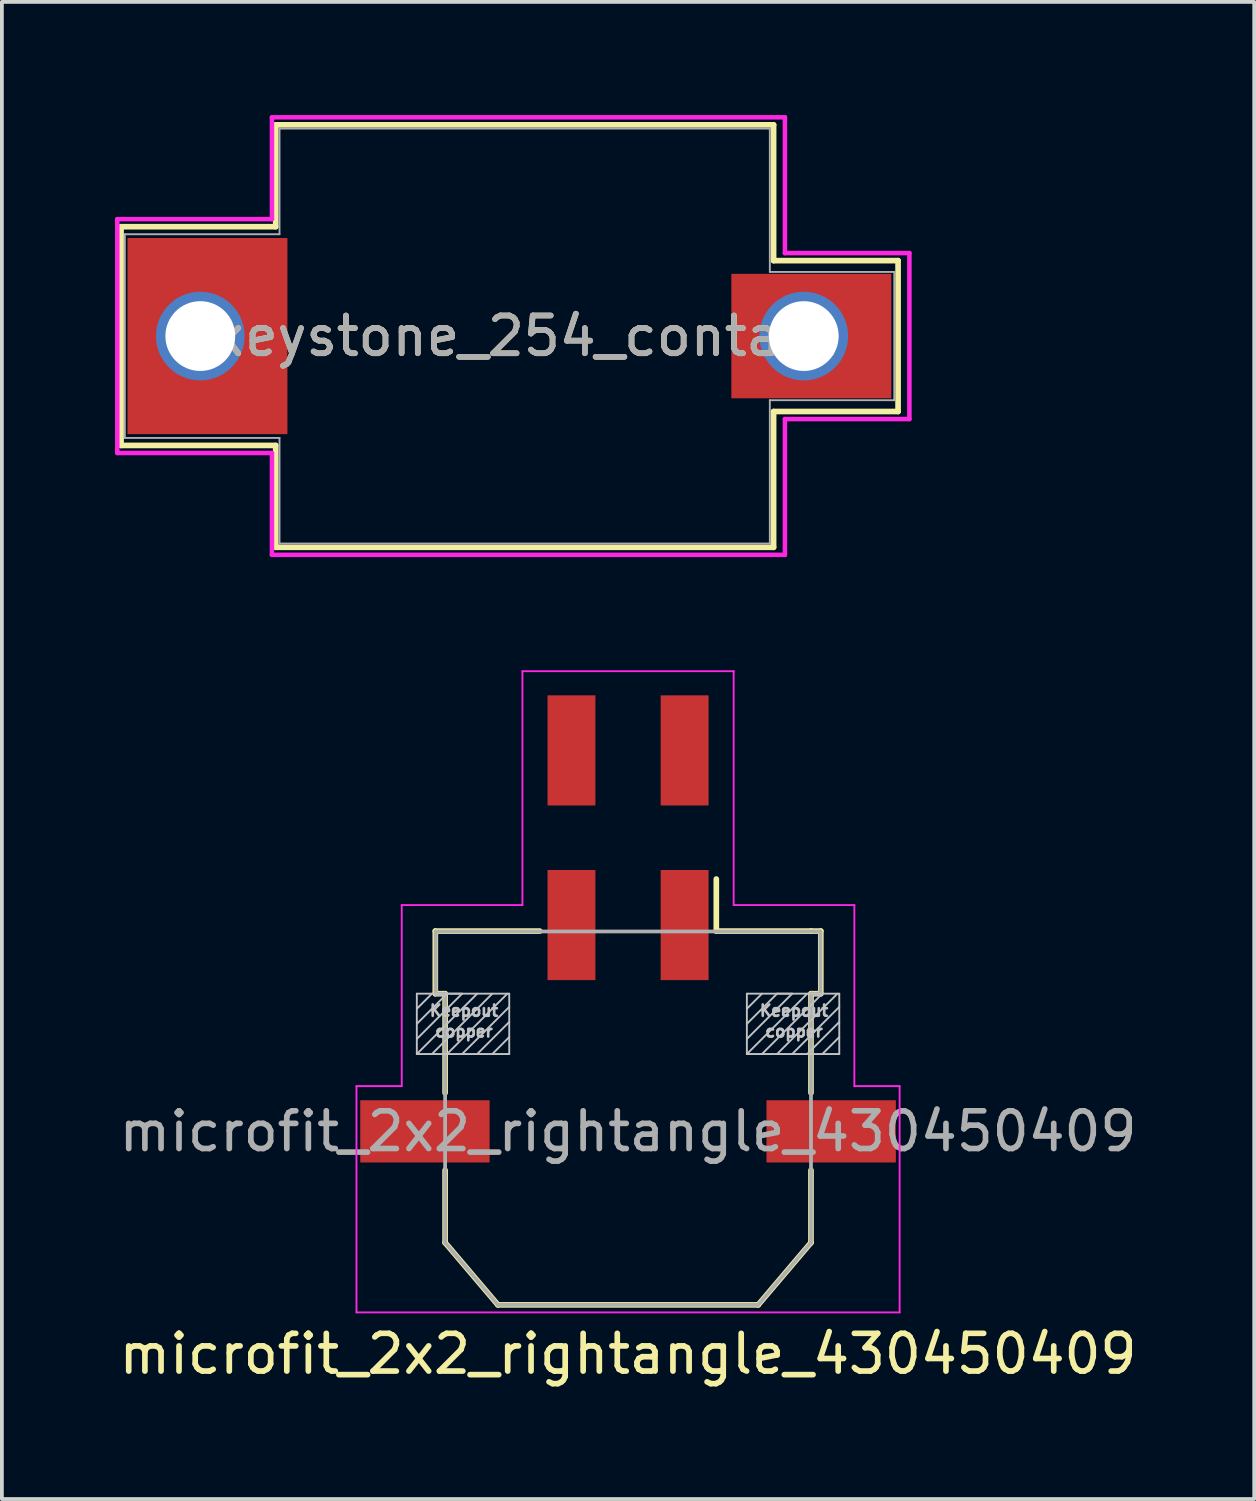
<source format=kicad_pcb>
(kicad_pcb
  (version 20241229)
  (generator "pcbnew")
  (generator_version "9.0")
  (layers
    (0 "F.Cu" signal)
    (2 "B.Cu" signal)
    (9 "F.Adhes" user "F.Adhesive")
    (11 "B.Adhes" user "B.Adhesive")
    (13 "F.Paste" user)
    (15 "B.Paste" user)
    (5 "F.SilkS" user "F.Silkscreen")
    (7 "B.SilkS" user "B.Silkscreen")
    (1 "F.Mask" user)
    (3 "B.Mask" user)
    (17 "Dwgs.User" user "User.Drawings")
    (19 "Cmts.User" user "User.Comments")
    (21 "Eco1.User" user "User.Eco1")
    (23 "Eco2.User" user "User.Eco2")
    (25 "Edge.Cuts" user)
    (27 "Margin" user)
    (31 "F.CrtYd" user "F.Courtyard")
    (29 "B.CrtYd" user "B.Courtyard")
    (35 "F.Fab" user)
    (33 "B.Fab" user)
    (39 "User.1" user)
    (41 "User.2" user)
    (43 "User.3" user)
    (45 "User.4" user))
  (footprint "microfit_2x2_rightangle_430450409"
    (layer "F.Cu")
    (at 13.601 26.945)
    (property "Reference" "microfit_2x2_rightangle_430450409" (at 0 5.9 180) (layer "F.SilkS") (effects (font (size 1 1) (thickness 0.15))))
    (attr smd)
    (fp_line (start -5.11 -5.31) (end -5.11 -3.65) (stroke (width 0.15) (type solid)) (layer "F.SilkS"))
    (fp_line (start -5.11 -5.31) (end -2.34 -5.31) (stroke (width 0.15) (type solid)) (layer "F.SilkS"))
    (fp_line (start -5.11 -3.65) (end -4.85 -3.65) (stroke (width 0.15) (type solid)) (layer "F.SilkS"))
    (fp_line (start -4.85 -3.65) (end -4.85 -1.02) (stroke (width 0.15) (type solid)) (layer "F.SilkS"))
    (fp_line (start -4.85 1.03) (end -4.85 2.95) (stroke (width 0.15) (type solid)) (layer "F.SilkS"))
    (fp_line (start -4.85 2.95) (end -3.45 4.6) (stroke (width 0.15) (type solid)) (layer "F.SilkS"))
    (fp_line (start -3.45 4.6) (end 3.45 4.6) (stroke (width 0.15) (type solid)) (layer "F.SilkS"))
    (fp_line (start 2.34 -6.69) (end 2.34 -5.31) (stroke (width 0.15) (type solid)) (layer "F.SilkS"))
    (fp_line (start 4.85 -5.31) (end 2.34 -5.31) (stroke (width 0.15) (type solid)) (layer "F.SilkS"))
    (fp_line (start 4.85 -3.65) (end 4.85 -1.02) (stroke (width 0.15) (type solid)) (layer "F.SilkS"))
    (fp_line (start 4.85 1.03) (end 4.85 2.95) (stroke (width 0.15) (type solid)) (layer "F.SilkS"))
    (fp_line (start 4.85 2.95) (end 3.45 4.6) (stroke (width 0.15) (type solid)) (layer "F.SilkS"))
    (fp_line (start 5.11 -5.31) (end 4.85 -5.31) (stroke (width 0.15) (type solid)) (layer "F.SilkS"))
    (fp_line (start 5.11 -3.65) (end 4.85 -3.65) (stroke (width 0.15) (type solid)) (layer "F.SilkS"))
    (fp_line (start 5.11 -3.65) (end 5.11 -5.31) (stroke (width 0.15) (type solid)) (layer "F.SilkS"))
    (fp_line (start -5.6 -3.65) (end -5.6 -2.05) (stroke (width 0.05) (type solid)) (layer "Dwgs.User"))
    (fp_line (start -5.6 -2.85) (end -4.8 -3.65) (stroke (width 0.05) (type solid)) (layer "Dwgs.User"))
    (fp_line (start -5.6 -2.05) (end -4 -3.65) (stroke (width 0.05) (type solid)) (layer "Dwgs.User"))
    (fp_line (start -5.6 -2.05) (end -3.15 -2.05) (stroke (width 0.05) (type solid)) (layer "Dwgs.User"))
    (fp_line (start -5.2 -3.65) (end -5.6 -3.25) (stroke (width 0.05) (type solid)) (layer "Dwgs.User"))
    (fp_line (start -5.2 -2.05) (end -3.6 -3.65) (stroke (width 0.05) (type solid)) (layer "Dwgs.User"))
    (fp_line (start -4.8 -3.65) (end -4.4 -3.65) (stroke (width 0.05) (type solid)) (layer "Dwgs.User"))
    (fp_line (start -4.8 -2.05) (end -3.2 -3.65) (stroke (width 0.05) (type solid)) (layer "Dwgs.User"))
    (fp_line (start -4.4 -3.65) (end -5.6 -2.45) (stroke (width 0.05) (type solid)) (layer "Dwgs.User"))
    (fp_line (start -4.4 -2.05) (end -3.15 -3.3) (stroke (width 0.05) (type solid)) (layer "Dwgs.User"))
    (fp_line (start -4 -2.05) (end -3.15 -2.9) (stroke (width 0.05) (type solid)) (layer "Dwgs.User"))
    (fp_line (start -3.6 -2.05) (end -3.15 -2.5) (stroke (width 0.05) (type solid)) (layer "Dwgs.User"))
    (fp_line (start -3.15 -3.65) (end -5.6 -3.65) (stroke (width 0.05) (type solid)) (layer "Dwgs.User"))
    (fp_line (start -3.15 -2.05) (end -3.15 -3.65) (stroke (width 0.05) (type solid)) (layer "Dwgs.User"))
    (fp_line (start 3.15 -3.65) (end 3.15 -2.05) (stroke (width 0.05) (type solid)) (layer "Dwgs.User"))
    (fp_line (start 3.15 -2.85) (end 3.95 -3.65) (stroke (width 0.05) (type solid)) (layer "Dwgs.User"))
    (fp_line (start 3.15 -2.05) (end 4.75 -3.65) (stroke (width 0.05) (type solid)) (layer "Dwgs.User"))
    (fp_line (start 3.15 -2.05) (end 5.6 -2.05) (stroke (width 0.05) (type solid)) (layer "Dwgs.User"))
    (fp_line (start 3.55 -3.65) (end 3.15 -3.25) (stroke (width 0.05) (type solid)) (layer "Dwgs.User"))
    (fp_line (start 3.55 -2.05) (end 5.15 -3.65) (stroke (width 0.05) (type solid)) (layer "Dwgs.User"))
    (fp_line (start 3.95 -3.65) (end 4.35 -3.65) (stroke (width 0.05) (type solid)) (layer "Dwgs.User"))
    (fp_line (start 3.95 -2.05) (end 5.55 -3.65) (stroke (width 0.05) (type solid)) (layer "Dwgs.User"))
    (fp_line (start 4.35 -3.65) (end 3.15 -2.45) (stroke (width 0.05) (type solid)) (layer "Dwgs.User"))
    (fp_line (start 4.35 -2.05) (end 5.6 -3.3) (stroke (width 0.05) (type solid)) (layer "Dwgs.User"))
    (fp_line (start 4.75 -2.05) (end 5.6 -2.9) (stroke (width 0.05) (type solid)) (layer "Dwgs.User"))
    (fp_line (start 5.15 -2.05) (end 5.6 -2.5) (stroke (width 0.05) (type solid)) (layer "Dwgs.User"))
    (fp_line (start 5.6 -3.65) (end 3.15 -3.65) (stroke (width 0.05) (type solid)) (layer "Dwgs.User"))
    (fp_line (start 5.6 -2.05) (end 5.6 -3.65) (stroke (width 0.05) (type solid)) (layer "Dwgs.User"))
    (fp_line (start -7.2 -1.2) (end -6 -1.2) (stroke (width 0.05) (type solid)) (layer "F.CrtYd"))
    (fp_line (start -7.2 4.8) (end -7.2 -1.2) (stroke (width 0.05) (type solid)) (layer "F.CrtYd"))
    (fp_line (start -6 -6) (end -6 -1.2) (stroke (width 0.05) (type solid)) (layer "F.CrtYd"))
    (fp_line (start -6 -6) (end -2.8 -6) (stroke (width 0.05) (type solid)) (layer "F.CrtYd"))
    (fp_line (start -2.8 -12.2) (end 2.8 -12.2) (stroke (width 0.05) (type solid)) (layer "F.CrtYd"))
    (fp_line (start -2.8 -6) (end -2.8 -12.2) (stroke (width 0.05) (type solid)) (layer "F.CrtYd"))
    (fp_line (start 2.8 -6) (end 2.8 -12.2) (stroke (width 0.05) (type solid)) (layer "F.CrtYd"))
    (fp_line (start 2.8 -6) (end 6 -6) (stroke (width 0.05) (type solid)) (layer "F.CrtYd"))
    (fp_line (start 6 -6) (end 6 -1.2) (stroke (width 0.05) (type solid)) (layer "F.CrtYd"))
    (fp_line (start 6 -1.2) (end 7.2 -1.2) (stroke (width 0.05) (type solid)) (layer "F.CrtYd"))
    (fp_line (start 7.2 4.8) (end -7.2 4.8) (stroke (width 0.05) (type solid)) (layer "F.CrtYd"))
    (fp_line (start 7.2 4.8) (end 7.2 -1.2) (stroke (width 0.05) (type solid)) (layer "F.CrtYd"))
    (fp_line (start -5.1 -5.3) (end -5.1 -3.65) (stroke (width 0.1) (type solid)) (layer "F.Fab"))
    (fp_line (start -5.1 -5.3) (end 5.1 -5.3) (stroke (width 0.1) (type solid)) (layer "F.Fab"))
    (fp_line (start -4.85 -3.65) (end -5.1 -3.65) (stroke (width 0.1) (type solid)) (layer "F.Fab"))
    (fp_line (start -4.85 2.95) (end -4.85 -3.65) (stroke (width 0.1) (type solid)) (layer "F.Fab"))
    (fp_line (start -3.45 4.6) (end -4.85 2.95) (stroke (width 0.1) (type solid)) (layer "F.Fab"))
    (fp_line (start 3.45 4.6) (end -3.45 4.6) (stroke (width 0.1) (type solid)) (layer "F.Fab"))
    (fp_line (start 3.45 4.6) (end 4.85 2.95) (stroke (width 0.1) (type solid)) (layer "F.Fab"))
    (fp_line (start 4.85 2.95) (end 4.85 -3.65) (stroke (width 0.1) (type solid)) (layer "F.Fab"))
    (fp_line (start 5.1 -5.3) (end 5.1 -3.65) (stroke (width 0.1) (type solid)) (layer "F.Fab"))
    (fp_line (start 5.1 -3.65) (end 4.85 -3.65) (stroke (width 0.1) (type solid)) (layer "F.Fab"))
    (fp_text user "Keepout" (at -4.35 -3.2 0) (layer "Dwgs.User") (effects (font (size 0.3 0.3) (thickness 0.07))))
    (fp_text user "copper" (at -4.35 -2.65 0) (layer "Dwgs.User") (effects (font (size 0.3 0.3) (thickness 0.07))))
    (fp_text user "Keepout" (at 4.4 -3.2 0) (layer "Dwgs.User") (effects (font (size 0.3 0.3) (thickness 0.07))))
    (fp_text user "copper" (at 4.4 -2.65 0) (layer "Dwgs.User") (effects (font (size 0.3 0.3) (thickness 0.07))))
    (fp_text user "${REFERENCE}" (at 0 0 0) (layer "F.Fab") (effects (font (size 1 1) (thickness 0.15))))
    (pad "1" smd rect (at 1.5 -5.47) (size 1.27 2.92) (layers "F.Cu" "F.Mask" "F.Paste"))
    (pad "2" smd rect (at -1.5 -5.47) (size 1.27 2.92) (layers "F.Cu" "F.Mask" "F.Paste"))
    (pad "3" smd rect (at 1.5 -10.1) (size 1.27 2.92) (layers "F.Cu" "F.Mask" "F.Paste"))
    (pad "4" smd rect (at -1.5 -10.1) (size 1.27 2.92) (layers "F.Cu" "F.Mask" "F.Paste"))
    (pad "MP" smd rect (at -5.385 0) (size 3.43 1.65) (layers "F.Cu" "F.Mask" "F.Paste"))
    (pad "MP" smd rect (at 5.385 0) (size 3.43 1.65) (layers "F.Cu" "F.Mask" "F.Paste")))
  (footprint "keystone_254_contact"
    (layer "F.Cu")
    (at 2.26 5.86)
    (property "Reference" "keystone_254_contact" (at 8.6 0 0) (layer "F.SilkS") (effects (font (size 1 1) (thickness 0.15))))
    (attr smd)
    (fp_line (start -2.1 -2.9) (end -2.1 2.9) (stroke (width 0.15) (type solid)) (layer "F.SilkS"))
    (fp_line (start 2 -5.6) (end 2 -2.9) (stroke (width 0.15) (type solid)) (layer "F.SilkS"))
    (fp_line (start 2 -5.6) (end 15.2 -5.6) (stroke (width 0.15) (type solid)) (layer "F.SilkS"))
    (fp_line (start 2 -2.9) (end -2.1 -2.9) (stroke (width 0.15) (type solid)) (layer "F.SilkS"))
    (fp_line (start 2 2.9) (end -2.1 2.9) (stroke (width 0.15) (type solid)) (layer "F.SilkS"))
    (fp_line (start 2 2.9) (end 2 5.6) (stroke (width 0.15) (type solid)) (layer "F.SilkS"))
    (fp_line (start 2 5.6) (end 15.2 5.6) (stroke (width 0.15) (type solid)) (layer "F.SilkS"))
    (fp_line (start 15.2 -5.6) (end 15.2 -2) (stroke (width 0.15) (type solid)) (layer "F.SilkS"))
    (fp_line (start 15.2 5.6) (end 15.2 2) (stroke (width 0.15) (type solid)) (layer "F.SilkS"))
    (fp_line (start 18.5 -2) (end 15.2 -2) (stroke (width 0.15) (type solid)) (layer "F.SilkS"))
    (fp_line (start 18.5 -2) (end 18.5 2) (stroke (width 0.15) (type solid)) (layer "F.SilkS"))
    (fp_line (start 18.5 2) (end 15.2 2) (stroke (width 0.15) (type solid)) (layer "F.SilkS"))
    (fp_line (start -2.2 -3.1) (end 1.9 -3.1) (stroke (width 0.12) (type solid)) (layer "F.CrtYd"))
    (fp_line (start -2.2 3.1) (end -2.2 -3.1) (stroke (width 0.12) (type solid)) (layer "F.CrtYd"))
    (fp_line (start 1.9 -5.8) (end 15.5 -5.8) (stroke (width 0.12) (type solid)) (layer "F.CrtYd"))
    (fp_line (start 1.9 -3.1) (end 1.9 -5.8) (stroke (width 0.12) (type solid)) (layer "F.CrtYd"))
    (fp_line (start 1.9 3.1) (end -2.2 3.1) (stroke (width 0.12) (type solid)) (layer "F.CrtYd"))
    (fp_line (start 1.9 5.8) (end 1.9 3.1) (stroke (width 0.12) (type solid)) (layer "F.CrtYd"))
    (fp_line (start 15.5 -5.8) (end 15.5 -2.2) (stroke (width 0.12) (type solid)) (layer "F.CrtYd"))
    (fp_line (start 15.5 -2.2) (end 18.8 -2.2) (stroke (width 0.12) (type solid)) (layer "F.CrtYd"))
    (fp_line (start 15.5 2.2) (end 15.5 5.8) (stroke (width 0.12) (type solid)) (layer "F.CrtYd"))
    (fp_line (start 15.5 5.8) (end 1.9 5.8) (stroke (width 0.12) (type solid)) (layer "F.CrtYd"))
    (fp_line (start 18.8 -2.2) (end 18.8 2.2) (stroke (width 0.12) (type solid)) (layer "F.CrtYd"))
    (fp_line (start 18.8 2.2) (end 15.5 2.2) (stroke (width 0.12) (type solid)) (layer "F.CrtYd"))
    (fp_line (start -2 -2.7) (end -2 2.7) (stroke (width 0.05) (type solid)) (layer "F.Fab"))
    (fp_line (start -2 -2.7) (end 2.1 -2.7) (stroke (width 0.05) (type solid)) (layer "F.Fab"))
    (fp_line (start -2 2.7) (end 2.1 2.7) (stroke (width 0.05) (type solid)) (layer "F.Fab"))
    (fp_line (start 2.1 -2.7) (end 2.1 -5.5) (stroke (width 0.05) (type solid)) (layer "F.Fab"))
    (fp_line (start 2.1 2.7) (end 2.1 5.5) (stroke (width 0.05) (type solid)) (layer "F.Fab"))
    (fp_line (start 15.1 -5.5) (end 2.1 -5.5) (stroke (width 0.05) (type solid)) (layer "F.Fab"))
    (fp_line (start 15.1 -5.5) (end 15.1 -1.7) (stroke (width 0.05) (type solid)) (layer "F.Fab"))
    (fp_line (start 15.1 1.7) (end 15.1 5.5) (stroke (width 0.05) (type solid)) (layer "F.Fab"))
    (fp_line (start 15.1 5.5) (end 2.1 5.5) (stroke (width 0.05) (type solid)) (layer "F.Fab"))
    (fp_line (start 18.4 -1.7) (end 15.1 -1.7) (stroke (width 0.05) (type solid)) (layer "F.Fab"))
    (fp_line (start 18.4 -1.7) (end 18.4 1.7) (stroke (width 0.05) (type solid)) (layer "F.Fab"))
    (fp_line (start 18.4 1.7) (end 15.1 1.7) (stroke (width 0.05) (type solid)) (layer "F.Fab"))
    (fp_text user "${REFERENCE}" (at 8.6 0 0) (layer "F.Fab") (effects (font (size 1 1) (thickness 0.15))))
    (pad "1" thru_hole circle (at 0 0) (size 2.35 2.35) (drill 1.85) (layers "*.Cu" "*.Mask"))
    (pad "1" smd rect (at 0.19 0) (size 4.24 5.2) (layers "F.Cu" "F.Mask" "F.Paste"))
    (pad "1" thru_hole circle (at 16 0) (size 2.35 2.35) (drill 1.85) (layers "*.Cu" "*.Mask"))
    (pad "1" smd rect (at 16.2 0) (size 4.24 3.3) (layers "F.Cu" "F.Mask" "F.Paste")))
  (gr_rect
    (start -3 -3)
    (end 30.202 36.693)
    (stroke (width 0.1) (type default))
    (fill no)
    (layer "Edge.Cuts")))
</source>
